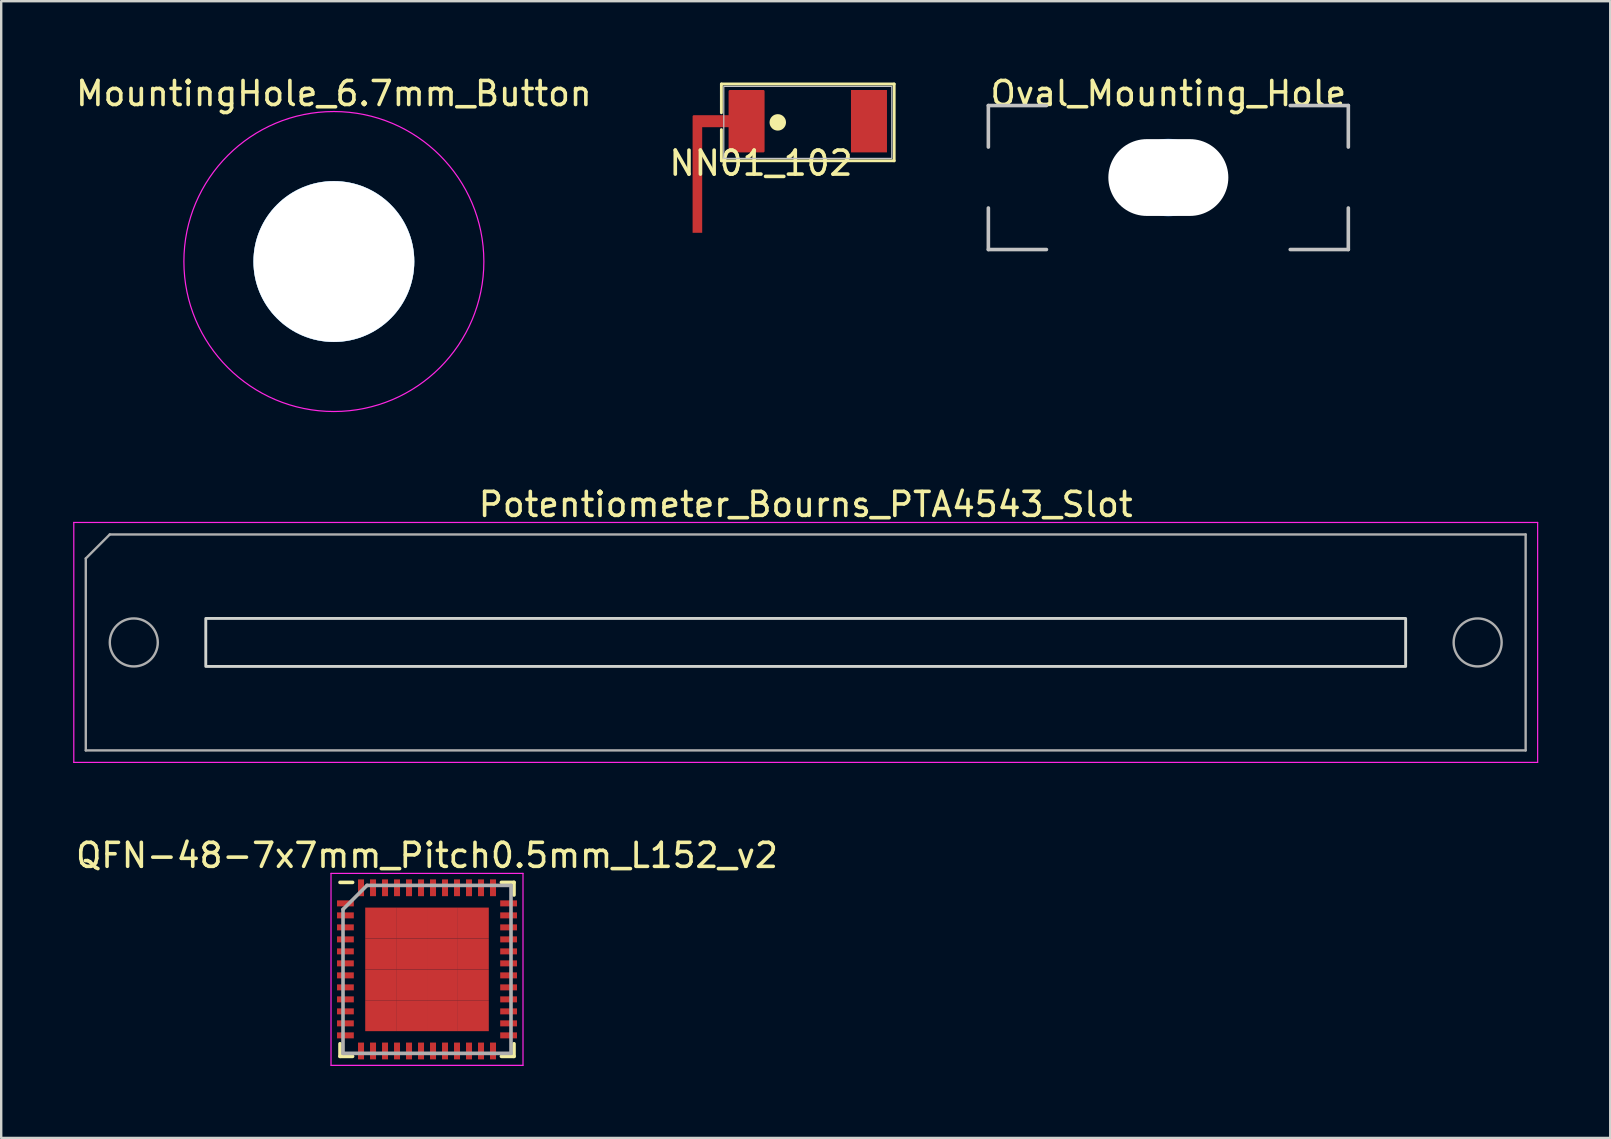
<source format=kicad_pcb>
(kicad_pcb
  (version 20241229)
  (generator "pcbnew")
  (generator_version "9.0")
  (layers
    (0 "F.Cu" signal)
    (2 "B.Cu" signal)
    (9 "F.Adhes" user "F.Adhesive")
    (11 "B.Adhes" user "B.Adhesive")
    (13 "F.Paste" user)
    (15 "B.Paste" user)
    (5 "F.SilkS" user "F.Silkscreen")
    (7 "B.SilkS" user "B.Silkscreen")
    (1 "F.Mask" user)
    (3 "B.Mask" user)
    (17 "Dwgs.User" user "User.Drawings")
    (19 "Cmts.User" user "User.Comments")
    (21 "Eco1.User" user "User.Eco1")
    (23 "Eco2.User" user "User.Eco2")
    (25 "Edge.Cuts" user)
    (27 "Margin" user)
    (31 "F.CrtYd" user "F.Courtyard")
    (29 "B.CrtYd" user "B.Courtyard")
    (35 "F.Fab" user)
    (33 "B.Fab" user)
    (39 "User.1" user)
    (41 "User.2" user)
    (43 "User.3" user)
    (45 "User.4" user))
  (footprint "Potentiometer_Bourns_PTA4543_Slot"
    (layer "F.Cu")
    (at 1.275 21.971)
    (property "Reference" "Potentiometer_Bourns_PTA4543_Slot" (at 29.25 -4 0) (layer "F.SilkS") (effects (font (size 1 1) (thickness 0.15))))
    (attr through_hole)
    (fp_rect (start 4.25 0.75) (end 54.25 2.75) (stroke (width 0.12) (type solid)) (fill no) (layer "Edge.Cuts"))
    (fp_line (start -1.25 -3.25) (end -1.25 6.75) (stroke (width 0.05) (type solid)) (layer "F.CrtYd"))
    (fp_line (start -1.25 6.75) (end 59.75 6.75) (stroke (width 0.05) (type solid)) (layer "F.CrtYd"))
    (fp_line (start 59.75 -3.25) (end -1.25 -3.25) (stroke (width 0.05) (type solid)) (layer "F.CrtYd"))
    (fp_line (start 59.75 6.75) (end 59.75 -3.25) (stroke (width 0.05) (type solid)) (layer "F.CrtYd"))
    (fp_line (start -0.75 -1.75) (end 0.25 -2.75) (stroke (width 0.1) (type solid)) (layer "F.Fab"))
    (fp_line (start -0.75 6.25) (end -0.75 -1.75) (stroke (width 0.1) (type solid)) (layer "F.Fab"))
    (fp_line (start 0.25 -2.75) (end 59.25 -2.75) (stroke (width 0.1) (type solid)) (layer "F.Fab"))
    (fp_line (start 59.25 -2.75) (end 59.25 6.25) (stroke (width 0.1) (type solid)) (layer "F.Fab"))
    (fp_line (start 59.25 6.25) (end -0.75 6.25) (stroke (width 0.1) (type solid)) (layer "F.Fab"))
    (fp_circle (center 1.25 1.75) (end 2.25 1.75) (stroke (width 0.1) (type solid)) (fill no) (layer "F.Fab"))
    (fp_circle (center 57.25 1.75) (end 58.25 1.75) (stroke (width 0.1) (type solid)) (fill no) (layer "F.Fab")))
  (footprint "NN01_102"
    (layer "F.Cu")
    (at 26.011 6.55)
    (property "Reference" "NN01_102" (at 2.65 -2.8 0) (unlocked yes) (layer "F.SilkS") (effects (font (size 1 1) (thickness 0.15))))
    (attr smd)
    (fp_rect (start 1.3 -5.85) (end 2.8 -3.25) (stroke (width 0.01) (type solid)) (fill yes) (layer "F.Mask"))
    (fp_line (start 1 -6.1) (end 8.2 -6.1) (stroke (width 0.12) (type solid)) (layer "F.SilkS"))
    (fp_line (start 1 -4.9) (end 1 -6.1) (stroke (width 0.12) (type solid)) (layer "F.SilkS"))
    (fp_line (start 1 -2.9) (end 1 -4.2) (stroke (width 0.12) (type solid)) (layer "F.SilkS"))
    (fp_line (start 8.2 -6.1) (end 8.2 -2.9) (stroke (width 0.12) (type solid)) (layer "F.SilkS"))
    (fp_line (start 8.2 -2.9) (end 1 -2.9) (stroke (width 0.12) (type solid)) (layer "F.SilkS"))
    (fp_circle (center 3.35 -4.5) (end 3.633 -4.5) (stroke (width 0.12) (type solid)) (fill yes) (layer "F.SilkS"))
    (fp_rect (start 1.31 -5.84) (end 2.79 -3.26) (stroke (width 0.01) (type solid)) (fill yes) (layer "F.Paste"))
    (fp_rect (start 1.1 -6) (end 8.1 -3) (stroke (width 0.05) (type solid)) (fill no) (layer "Dwgs.User"))
    (pad "1" smd custom (at 0 0 90) (size 0.2 0.4) (layers "F.Cu") (options (anchor rect)) (primitives (gr_rect (start 0.05 -0.15) (end 4.75 0.15) (width 0.1) (fill yes)) (gr_rect (start 4.35 -0.15) (end 4.75 1.3) (width 0.1) (fill yes)) (gr_rect (start 3.3 1.35) (end 5.8 2.75) (width 0.1) (fill yes))))
    (pad "2" smd rect (at 7.15 -4.55 90) (size 2.6 1.5) (layers "F.Cu" "F.Mask" "F.Paste"))
    (zone (net_name "") (layers "F.Cu" "B.Cu") (hatch edge 0.508) (connect_pads) (min_thickness 0.254) (filled_areas_thickness no) (keepout (tracks allowed) (vias allowed) (pads allowed) (copperpour not_allowed) (footprints allowed)) (placement (enabled no)) (fill) (polygon (pts (xy 35.061 6.45) (xy 25.161 6.45) (xy 25.161 0) (xy 35.061 0)))))
  (footprint "QFN-48-7x7mm_Pitch0.5mm_L152_v2"
    (layer "F.Cu")
    (at 14.744 37.345)
    (property "Reference" "QFN-48-7x7mm_Pitch0.5mm_L152_v2" (at 0 -4.75 0) (layer "F.SilkS") (effects (font (size 1 1) (thickness 0.15))))
    (attr smd)
    (fp_line (start -3.625 -3.625) (end -3.1 -3.625) (stroke (width 0.15) (type solid)) (layer "F.SilkS"))
    (fp_line (start -3.625 3.625) (end -3.625 3.1) (stroke (width 0.15) (type solid)) (layer "F.SilkS"))
    (fp_line (start -3.625 3.625) (end -3.1 3.625) (stroke (width 0.15) (type solid)) (layer "F.SilkS"))
    (fp_line (start 3.625 -3.625) (end 3.1 -3.625) (stroke (width 0.15) (type solid)) (layer "F.SilkS"))
    (fp_line (start 3.625 -3.625) (end 3.625 -3.1) (stroke (width 0.15) (type solid)) (layer "F.SilkS"))
    (fp_line (start 3.625 3.625) (end 3.1 3.625) (stroke (width 0.15) (type solid)) (layer "F.SilkS"))
    (fp_line (start 3.625 3.625) (end 3.625 3.1) (stroke (width 0.15) (type solid)) (layer "F.SilkS"))
    (fp_line (start -4 -4) (end -4 4) (stroke (width 0.05) (type solid)) (layer "F.CrtYd"))
    (fp_line (start -4 -4) (end 4 -4) (stroke (width 0.05) (type solid)) (layer "F.CrtYd"))
    (fp_line (start -4 4) (end 4 4) (stroke (width 0.05) (type solid)) (layer "F.CrtYd"))
    (fp_line (start 4 -4) (end 4 4) (stroke (width 0.05) (type solid)) (layer "F.CrtYd"))
    (fp_line (start -3.5 -2.5) (end -2.5 -3.5) (stroke (width 0.15) (type solid)) (layer "F.Fab"))
    (fp_line (start -3.5 3.5) (end -3.5 -2.5) (stroke (width 0.15) (type solid)) (layer "F.Fab"))
    (fp_line (start -2.5 -3.5) (end 3.5 -3.5) (stroke (width 0.15) (type solid)) (layer "F.Fab"))
    (fp_line (start 3.5 -3.5) (end 3.5 3.5) (stroke (width 0.15) (type solid)) (layer "F.Fab"))
    (fp_line (start 3.5 3.5) (end -3.5 3.5) (stroke (width 0.15) (type solid)) (layer "F.Fab"))
    (pad "1" smd rect (at -3.4 -2.75) (size 0.7 0.25) (layers "F.Cu" "F.Mask" "F.Paste"))
    (pad "2" smd rect (at -3.4 -2.25) (size 0.7 0.25) (layers "F.Cu" "F.Mask" "F.Paste"))
    (pad "3" smd rect (at -3.4 -1.75) (size 0.7 0.25) (layers "F.Cu" "F.Mask" "F.Paste"))
    (pad "4" smd rect (at -3.4 -1.25) (size 0.7 0.25) (layers "F.Cu" "F.Mask" "F.Paste"))
    (pad "5" smd rect (at -3.4 -0.75) (size 0.7 0.25) (layers "F.Cu" "F.Mask" "F.Paste"))
    (pad "6" smd rect (at -3.4 -0.25) (size 0.7 0.25) (layers "F.Cu" "F.Mask" "F.Paste"))
    (pad "7" smd rect (at -3.4 0.25) (size 0.7 0.25) (layers "F.Cu" "F.Mask" "F.Paste"))
    (pad "8" smd rect (at -3.4 0.75) (size 0.7 0.25) (layers "F.Cu" "F.Mask" "F.Paste"))
    (pad "9" smd rect (at -3.4 1.25) (size 0.7 0.25) (layers "F.Cu" "F.Mask" "F.Paste"))
    (pad "10" smd rect (at -3.4 1.75) (size 0.7 0.25) (layers "F.Cu" "F.Mask" "F.Paste"))
    (pad "11" smd rect (at -3.4 2.25) (size 0.7 0.25) (layers "F.Cu" "F.Mask" "F.Paste"))
    (pad "12" smd rect (at -3.4 2.75) (size 0.7 0.25) (layers "F.Cu" "F.Mask" "F.Paste"))
    (pad "13" smd rect (at -2.75 3.4 90) (size 0.7 0.25) (layers "F.Cu" "F.Mask" "F.Paste"))
    (pad "14" smd rect (at -2.25 3.4 90) (size 0.7 0.25) (layers "F.Cu" "F.Mask" "F.Paste"))
    (pad "15" smd rect (at -1.75 3.4 90) (size 0.7 0.25) (layers "F.Cu" "F.Mask" "F.Paste"))
    (pad "16" smd rect (at -1.25 3.4 90) (size 0.7 0.25) (layers "F.Cu" "F.Mask" "F.Paste"))
    (pad "17" smd rect (at -0.75 3.4 90) (size 0.7 0.25) (layers "F.Cu" "F.Mask" "F.Paste"))
    (pad "18" smd rect (at -0.25 3.4 90) (size 0.7 0.25) (layers "F.Cu" "F.Mask" "F.Paste"))
    (pad "19" smd rect (at 0.25 3.4 90) (size 0.7 0.25) (layers "F.Cu" "F.Mask" "F.Paste"))
    (pad "20" smd rect (at 0.75 3.4 90) (size 0.7 0.25) (layers "F.Cu" "F.Mask" "F.Paste"))
    (pad "21" smd rect (at 1.25 3.4 90) (size 0.7 0.25) (layers "F.Cu" "F.Mask" "F.Paste"))
    (pad "22" smd rect (at 1.75 3.4 90) (size 0.7 0.25) (layers "F.Cu" "F.Mask" "F.Paste"))
    (pad "23" smd rect (at 2.25 3.4 90) (size 0.7 0.25) (layers "F.Cu" "F.Mask" "F.Paste"))
    (pad "24" smd rect (at 2.75 3.4 90) (size 0.7 0.25) (layers "F.Cu" "F.Mask" "F.Paste"))
    (pad "25" smd rect (at 3.4 2.75) (size 0.7 0.25) (layers "F.Cu" "F.Mask" "F.Paste"))
    (pad "26" smd rect (at 3.4 2.25) (size 0.7 0.25) (layers "F.Cu" "F.Mask" "F.Paste"))
    (pad "27" smd rect (at 3.4 1.75) (size 0.7 0.25) (layers "F.Cu" "F.Mask" "F.Paste"))
    (pad "28" smd rect (at 3.4 1.25) (size 0.7 0.25) (layers "F.Cu" "F.Mask" "F.Paste"))
    (pad "29" smd rect (at 3.4 0.75) (size 0.7 0.25) (layers "F.Cu" "F.Mask" "F.Paste"))
    (pad "30" smd rect (at 3.4 0.25) (size 0.7 0.25) (layers "F.Cu" "F.Mask" "F.Paste"))
    (pad "31" smd rect (at 3.4 -0.25) (size 0.7 0.25) (layers "F.Cu" "F.Mask" "F.Paste"))
    (pad "32" smd rect (at 3.4 -0.75) (size 0.7 0.25) (layers "F.Cu" "F.Mask" "F.Paste"))
    (pad "33" smd rect (at 3.4 -1.25) (size 0.7 0.25) (layers "F.Cu" "F.Mask" "F.Paste"))
    (pad "34" smd rect (at 3.4 -1.75) (size 0.7 0.25) (layers "F.Cu" "F.Mask" "F.Paste"))
    (pad "35" smd rect (at 3.4 -2.25) (size 0.7 0.25) (layers "F.Cu" "F.Mask" "F.Paste"))
    (pad "36" smd rect (at 3.4 -2.75) (size 0.7 0.25) (layers "F.Cu" "F.Mask" "F.Paste"))
    (pad "37" smd rect (at 2.75 -3.4 90) (size 0.7 0.25) (layers "F.Cu" "F.Mask" "F.Paste"))
    (pad "38" smd rect (at 2.25 -3.4 90) (size 0.7 0.25) (layers "F.Cu" "F.Mask" "F.Paste"))
    (pad "39" smd rect (at 1.75 -3.4 90) (size 0.7 0.25) (layers "F.Cu" "F.Mask" "F.Paste"))
    (pad "40" smd rect (at 1.25 -3.4 90) (size 0.7 0.25) (layers "F.Cu" "F.Mask" "F.Paste"))
    (pad "41" smd rect (at 0.75 -3.4 90) (size 0.7 0.25) (layers "F.Cu" "F.Mask" "F.Paste"))
    (pad "42" smd rect (at 0.25 -3.4 90) (size 0.7 0.25) (layers "F.Cu" "F.Mask" "F.Paste"))
    (pad "43" smd rect (at -0.25 -3.4 90) (size 0.7 0.25) (layers "F.Cu" "F.Mask" "F.Paste"))
    (pad "44" smd rect (at -0.75 -3.4 90) (size 0.7 0.25) (layers "F.Cu" "F.Mask" "F.Paste"))
    (pad "45" smd rect (at -1.25 -3.4 90) (size 0.7 0.25) (layers "F.Cu" "F.Mask" "F.Paste"))
    (pad "46" smd rect (at -1.75 -3.4 90) (size 0.7 0.25) (layers "F.Cu" "F.Mask" "F.Paste"))
    (pad "47" smd rect (at -2.25 -3.4 90) (size 0.7 0.25) (layers "F.Cu" "F.Mask" "F.Paste"))
    (pad "48" smd rect (at -2.75 -3.4 90) (size 0.7 0.25) (layers "F.Cu" "F.Mask" "F.Paste"))
    (pad "49" smd rect (at -1.931 -1.931) (size 1.288 1.288) (layers "F.Cu" "F.Mask" "F.Paste"))
    (pad "49" smd rect (at -1.931 -0.644) (size 1.288 1.288) (layers "F.Cu" "F.Mask" "F.Paste"))
    (pad "49" smd rect (at -1.931 0.644) (size 1.288 1.288) (layers "F.Cu" "F.Mask" "F.Paste"))
    (pad "49" smd rect (at -1.931 1.931) (size 1.288 1.288) (layers "F.Cu" "F.Mask" "F.Paste"))
    (pad "49" smd rect (at -0.644 -1.931) (size 1.288 1.288) (layers "F.Cu" "F.Mask" "F.Paste"))
    (pad "49" smd rect (at -0.644 -0.644) (size 1.288 1.288) (layers "F.Cu" "F.Mask" "F.Paste"))
    (pad "49" smd rect (at -0.644 0.644) (size 1.288 1.288) (layers "F.Cu" "F.Mask" "F.Paste"))
    (pad "49" smd rect (at -0.644 1.931) (size 1.288 1.288) (layers "F.Cu" "F.Mask" "F.Paste"))
    (pad "49" smd rect (at 0.644 -1.931) (size 1.288 1.288) (layers "F.Cu" "F.Mask" "F.Paste"))
    (pad "49" smd rect (at 0.644 -0.644) (size 1.288 1.288) (layers "F.Cu" "F.Mask" "F.Paste"))
    (pad "49" smd rect (at 0.644 0.644) (size 1.288 1.288) (layers "F.Cu" "F.Mask" "F.Paste"))
    (pad "49" smd rect (at 0.644 1.931) (size 1.288 1.288) (layers "F.Cu" "F.Mask" "F.Paste"))
    (pad "49" smd rect (at 1.931 -1.931) (size 1.288 1.288) (layers "F.Cu" "F.Mask" "F.Paste"))
    (pad "49" smd rect (at 1.931 -0.644) (size 1.288 1.288) (layers "F.Cu" "F.Mask" "F.Paste"))
    (pad "49" smd rect (at 1.931 0.644) (size 1.288 1.288) (layers "F.Cu" "F.Mask" "F.Paste"))
    (pad "49" smd rect (at 1.931 1.931) (size 1.288 1.288) (layers "F.Cu" "F.Mask" "F.Paste")))
  (footprint "Oval_Mounting_Hole"
    (layer "F.Cu")
    (at 45.636 4.348)
    (property "Reference" "Oval_Mounting_Hole" (at 0 -3.5 0) (layer "F.SilkS") (effects (font (size 1 1) (thickness 0.15))))
    (attr through_hole)
    (fp_line (start -7.5 -3) (end -7.5 -1.27) (stroke (width 0.15) (type solid)) (layer "Dwgs.User"))
    (fp_line (start -7.5 -3) (end -5.08 -3) (stroke (width 0.15) (type solid)) (layer "Dwgs.User"))
    (fp_line (start -7.5 1.27) (end -7.5 3) (stroke (width 0.15) (type solid)) (layer "Dwgs.User"))
    (fp_line (start -7.5 3) (end -5.08 3) (stroke (width 0.15) (type solid)) (layer "Dwgs.User"))
    (fp_line (start 5.08 -3) (end 7.5 -3) (stroke (width 0.15) (type solid)) (layer "Dwgs.User"))
    (fp_line (start 5.08 3) (end 7.5 3) (stroke (width 0.15) (type solid)) (layer "Dwgs.User"))
    (fp_line (start 7.5 -3) (end 7.5 -1.27) (stroke (width 0.15) (type solid)) (layer "Dwgs.User"))
    (fp_line (start 7.5 1.27) (end 7.5 3) (stroke (width 0.15) (type solid)) (layer "Dwgs.User"))
    (fp_circle (center 0 0) (end 1.54 0) (stroke (width 0.15) (type solid)) (fill no) (layer "Cmts.User"))
    (pad "" np_thru_hole oval (at 0 0) (size 5 3.2) (drill oval 5 3.2) (layers "*.Cu" "*.Mask")))
  (footprint "MountingHole_6.7mm_Button"
    (layer "F.Cu")
    (at 10.863 7.848)
    (property "Reference" "MountingHole_6.7mm_Button" (at 0 -7 0) (layer "F.SilkS") (effects (font (size 1 1) (thickness 0.15))))
    (attr through_hole)
    (fp_circle (center 0 0) (end 3.28 0) (stroke (width 0.15) (type solid)) (fill no) (layer "Cmts.User"))
    (fp_circle (center 0 0) (end 6.25 0) (stroke (width 0.05) (type solid)) (fill no) (layer "F.CrtYd"))
    (pad "" np_thru_hole circle (at 0 0) (size 6.7 6.7) (drill 6.7) (layers "*.Cu" "*.Mask" "F.SilkS")))
  (gr_rect
    (start -3 -3)
    (end 64.05 44.37)
    (stroke (width 0.1) (type default))
    (fill no)
    (layer "Edge.Cuts")))
</source>
